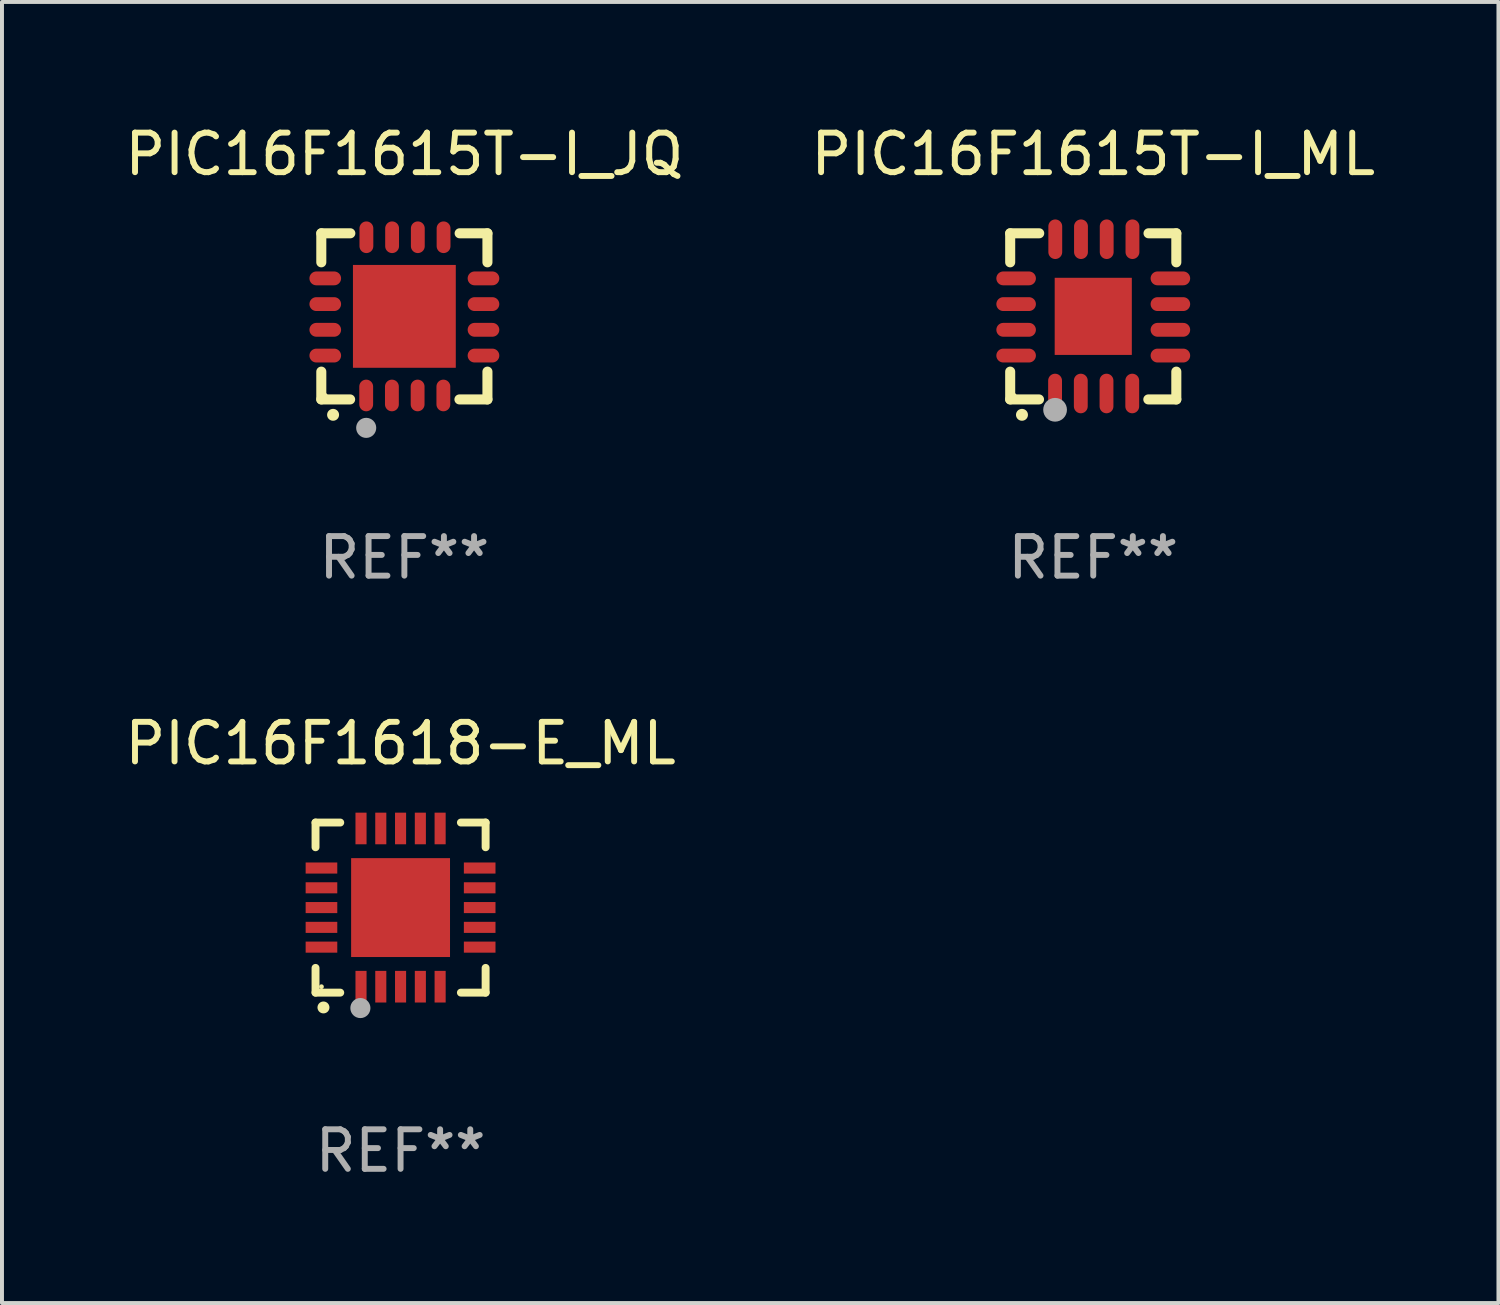
<source format=kicad_pcb>
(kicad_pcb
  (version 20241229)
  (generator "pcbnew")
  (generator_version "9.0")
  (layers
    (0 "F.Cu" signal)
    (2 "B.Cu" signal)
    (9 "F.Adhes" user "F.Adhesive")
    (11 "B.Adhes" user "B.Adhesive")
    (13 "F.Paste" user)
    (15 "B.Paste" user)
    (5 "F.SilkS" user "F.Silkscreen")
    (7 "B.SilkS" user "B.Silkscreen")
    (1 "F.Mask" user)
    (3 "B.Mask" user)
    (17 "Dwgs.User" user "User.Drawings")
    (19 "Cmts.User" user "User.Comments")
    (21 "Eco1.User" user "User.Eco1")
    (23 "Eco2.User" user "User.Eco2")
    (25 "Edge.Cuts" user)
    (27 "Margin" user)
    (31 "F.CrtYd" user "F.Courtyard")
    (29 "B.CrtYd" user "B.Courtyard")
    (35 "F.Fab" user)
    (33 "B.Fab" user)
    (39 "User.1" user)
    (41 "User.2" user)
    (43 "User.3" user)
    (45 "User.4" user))
  (footprint "PIC16F1618-E_ML"
    (layer "F.Cu")
    (at 7.077 19.895)
    (property "Reference" "PIC16F1618-E_ML" (at 0 -4.15 0) (layer "F.SilkS") (effects (font (size 1 1) (thickness 0.15))))
    (attr through_hole)
    (fp_line (start -2.15 -2.15) (end -2.15 -1.525) (stroke (width 0.2) (type solid)) (layer "F.SilkS"))
    (fp_line (start -2.15 2.15) (end -2.15 1.525) (stroke (width 0.2) (type solid)) (layer "F.SilkS"))
    (fp_line (start -1.525 -2.15) (end -2.15 -2.15) (stroke (width 0.2) (type solid)) (layer "F.SilkS"))
    (fp_line (start -1.525 2.15) (end -2.15 2.15) (stroke (width 0.2) (type solid)) (layer "F.SilkS"))
    (fp_line (start 1.525 2.15) (end 2.15 2.15) (stroke (width 0.2) (type solid)) (layer "F.SilkS"))
    (fp_line (start 2.15 -2.15) (end 1.525 -2.15) (stroke (width 0.2) (type solid)) (layer "F.SilkS"))
    (fp_line (start 2.15 -1.525) (end 2.15 -2.15) (stroke (width 0.2) (type solid)) (layer "F.SilkS"))
    (fp_line (start 2.15 2.15) (end 2.15 1.525) (stroke (width 0.2) (type solid)) (layer "F.SilkS"))
    (fp_arc (start -1.950724 2.524765) (mid -1.949454 2.52476) (end -1.948184 2.524765) (stroke (width 0.3) (type solid)) (layer "F.SilkS"))
    (fp_circle (center -2 2) (end -1.97 2) (stroke (width 0.06) (type solid)) (fill no) (layer "F.SilkS"))
    (fp_circle (center -1.016 2.54) (end -0.889 2.54) (stroke (width 0.254) (type solid)) (fill no) (layer "F.Fab"))
    (fp_text user "REF**" (at 0 6.15 0) (layer "F.Fab") (effects (font (size 1 1) (thickness 0.15))))
    (pad "1" smd rect (at -1 2) (size 0.28 0.8) (layers "F.Cu" "F.Mask" "F.Paste"))
    (pad "2" smd rect (at -0.5 2) (size 0.28 0.8) (layers "F.Cu" "F.Mask" "F.Paste"))
    (pad "3" smd rect (at 0 2) (size 0.28 0.8) (layers "F.Cu" "F.Mask" "F.Paste"))
    (pad "4" smd rect (at 0.5 2) (size 0.28 0.8) (layers "F.Cu" "F.Mask" "F.Paste"))
    (pad "5" smd rect (at 1 2) (size 0.28 0.8) (layers "F.Cu" "F.Mask" "F.Paste"))
    (pad "6" smd rect (at 2 1) (size 0.8 0.28) (layers "F.Cu" "F.Mask" "F.Paste"))
    (pad "7" smd rect (at 2 0.5) (size 0.8 0.28) (layers "F.Cu" "F.Mask" "F.Paste"))
    (pad "8" smd rect (at 2 0) (size 0.8 0.28) (layers "F.Cu" "F.Mask" "F.Paste"))
    (pad "9" smd rect (at 2 -0.5) (size 0.8 0.28) (layers "F.Cu" "F.Mask" "F.Paste"))
    (pad "10" smd rect (at 2 -1) (size 0.8 0.28) (layers "F.Cu" "F.Mask" "F.Paste"))
    (pad "11" smd rect (at 1 -2) (size 0.28 0.8) (layers "F.Cu" "F.Mask" "F.Paste"))
    (pad "12" smd rect (at 0.5 -2) (size 0.28 0.8) (layers "F.Cu" "F.Mask" "F.Paste"))
    (pad "13" smd rect (at 0 -2) (size 0.28 0.8) (layers "F.Cu" "F.Mask" "F.Paste"))
    (pad "14" smd rect (at -0.5 -2) (size 0.28 0.8) (layers "F.Cu" "F.Mask" "F.Paste"))
    (pad "15" smd rect (at -1 -2) (size 0.28 0.8) (layers "F.Cu" "F.Mask" "F.Paste"))
    (pad "16" smd rect (at -2 -1) (size 0.8 0.28) (layers "F.Cu" "F.Mask" "F.Paste"))
    (pad "17" smd rect (at -2 -0.5) (size 0.8 0.28) (layers "F.Cu" "F.Mask" "F.Paste"))
    (pad "18" smd rect (at -2 0) (size 0.8 0.28) (layers "F.Cu" "F.Mask" "F.Paste"))
    (pad "19" smd rect (at -2 0.5) (size 0.8 0.28) (layers "F.Cu" "F.Mask" "F.Paste"))
    (pad "20" smd rect (at -2 1) (size 0.8 0.28) (layers "F.Cu" "F.Mask" "F.Paste"))
    (pad "21" smd rect (at 0 0) (size 2.5 2.5) (layers "F.Cu" "F.Mask" "F.Paste")))
  (footprint "PIC16F1615T-I_ML"
    (layer "F.Cu")
    (at 24.589 4.948)
    (property "Reference" "PIC16F1615T-I_ML" (at 0 -4.1 0) (layer "F.SilkS") (effects (font (size 1 1) (thickness 0.15))))
    (attr through_hole)
    (fp_line (start -2.1 -2.1) (end -1.366 -2.1) (stroke (width 0.254) (type solid)) (layer "F.SilkS"))
    (fp_line (start -2.1 -1.366) (end -2.1 -2.1) (stroke (width 0.254) (type solid)) (layer "F.SilkS"))
    (fp_line (start -2.1 2.1) (end -2.1 1.397) (stroke (width 0.254) (type solid)) (layer "F.SilkS"))
    (fp_line (start -2.1 2.1) (end -1.371 2.1) (stroke (width 0.254) (type solid)) (layer "F.SilkS"))
    (fp_line (start 1.392 2.1) (end 2.1 2.1) (stroke (width 0.254) (type solid)) (layer "F.SilkS"))
    (fp_line (start 1.397 -2.1) (end 2.1 -2.1) (stroke (width 0.254) (type solid)) (layer "F.SilkS"))
    (fp_line (start 2.1 -1.366) (end 2.1 -2.1) (stroke (width 0.254) (type solid)) (layer "F.SilkS"))
    (fp_line (start 2.1 2.1) (end 2.1 1.397) (stroke (width 0.254) (type solid)) (layer "F.SilkS"))
    (fp_arc (start -1.803404 2.489205) (mid -1.802134 2.4892) (end -1.800864 2.489205) (stroke (width 0.3) (type solid)) (layer "F.SilkS"))
    (fp_circle (center -2 2) (end -1.97 2) (stroke (width 0.06) (type solid)) (fill no) (layer "F.SilkS"))
    (fp_circle (center -0.965 2.362) (end -0.815 2.362) (stroke (width 0.3) (type solid)) (fill no) (layer "F.Fab"))
    (fp_text user "REF**" (at 0 6.1 0) (layer "F.Fab") (effects (font (size 1 1) (thickness 0.15))))
    (pad "1" smd oval (at -0.965 1.95) (size 0.35 1) (layers "F.Cu" "F.Mask" "F.Paste"))
    (pad "2" smd oval (at -0.315 1.95) (size 0.35 1) (layers "F.Cu" "F.Mask" "F.Paste"))
    (pad "3" smd oval (at 0.335 1.95) (size 0.35 1) (layers "F.Cu" "F.Mask" "F.Paste"))
    (pad "4" smd oval (at 0.986 1.95) (size 0.35 1) (layers "F.Cu" "F.Mask" "F.Paste"))
    (pad "5" smd oval (at 1.95 0.991) (size 1 0.35) (layers "F.Cu" "F.Mask" "F.Paste"))
    (pad "6" smd oval (at 1.95 0.34) (size 1 0.35) (layers "F.Cu" "F.Mask" "F.Paste"))
    (pad "7" smd oval (at 1.95 -0.31) (size 1 0.35) (layers "F.Cu" "F.Mask" "F.Paste"))
    (pad "8" smd oval (at 1.95 -0.96) (size 1 0.35) (layers "F.Cu" "F.Mask" "F.Paste"))
    (pad "9" smd oval (at 0.991 -1.95) (size 0.35 1) (layers "F.Cu" "F.Mask" "F.Paste"))
    (pad "10" smd oval (at 0.34 -1.95) (size 0.35 1) (layers "F.Cu" "F.Mask" "F.Paste"))
    (pad "11" smd oval (at -0.31 -1.95) (size 0.35 1) (layers "F.Cu" "F.Mask" "F.Paste"))
    (pad "12" smd oval (at -0.96 -1.95) (size 0.35 1) (layers "F.Cu" "F.Mask" "F.Paste"))
    (pad "13" smd oval (at -1.95 -0.96) (size 1 0.35) (layers "F.Cu" "F.Mask" "F.Paste"))
    (pad "14" smd oval (at -1.95 -0.31) (size 1 0.35) (layers "F.Cu" "F.Mask" "F.Paste"))
    (pad "15" smd oval (at -1.95 0.34) (size 1 0.35) (layers "F.Cu" "F.Mask" "F.Paste"))
    (pad "16" smd oval (at -1.95 0.991) (size 1 0.35) (layers "F.Cu" "F.Mask" "F.Paste"))
    (pad "17" smd rect (at 0 0) (size 1.95 1.95) (layers "F.Cu" "F.Mask" "F.Paste")))
  (footprint "PIC16F1615T-I_JQ"
    (layer "F.Cu")
    (at 7.173 4.948)
    (property "Reference" "PIC16F1615T-I_JQ" (at 0 -4.1 0) (layer "F.SilkS") (effects (font (size 1 1) (thickness 0.15))))
    (attr through_hole)
    (fp_line (start -2.1 -2.1) (end -1.366 -2.1) (stroke (width 0.254) (type solid)) (layer "F.SilkS"))
    (fp_line (start -2.1 -1.366) (end -2.1 -2.1) (stroke (width 0.254) (type solid)) (layer "F.SilkS"))
    (fp_line (start -2.1 2.1) (end -2.1 1.397) (stroke (width 0.254) (type solid)) (layer "F.SilkS"))
    (fp_line (start -2.1 2.1) (end -1.371 2.1) (stroke (width 0.254) (type solid)) (layer "F.SilkS"))
    (fp_line (start 1.392 2.1) (end 2.1 2.1) (stroke (width 0.254) (type solid)) (layer "F.SilkS"))
    (fp_line (start 1.397 -2.1) (end 2.1 -2.1) (stroke (width 0.254) (type solid)) (layer "F.SilkS"))
    (fp_line (start 2.1 -1.366) (end 2.1 -2.1) (stroke (width 0.254) (type solid)) (layer "F.SilkS"))
    (fp_line (start 2.1 2.1) (end 2.1 1.397) (stroke (width 0.254) (type solid)) (layer "F.SilkS"))
    (fp_arc (start -1.803404 2.489205) (mid -1.802134 2.4892) (end -1.800864 2.489205) (stroke (width 0.3) (type solid)) (layer "F.SilkS"))
    (fp_circle (center -2 2) (end -1.97 2) (stroke (width 0.06) (type solid)) (fill no) (layer "F.SilkS"))
    (fp_circle (center -0.965 2.819) (end -0.838 2.819) (stroke (width 0.254) (type solid)) (fill no) (layer "F.Fab"))
    (fp_text user "REF**" (at 0 6.1 0) (layer "F.Fab") (effects (font (size 1 1) (thickness 0.15))))
    (pad "1" smd oval (at -0.965 2) (size 0.35 0.8) (layers "F.Cu" "F.Mask" "F.Paste"))
    (pad "2" smd oval (at -0.315 2) (size 0.35 0.8) (layers "F.Cu" "F.Mask" "F.Paste"))
    (pad "3" smd oval (at 0.335 2) (size 0.35 0.8) (layers "F.Cu" "F.Mask" "F.Paste"))
    (pad "4" smd oval (at 0.986 2) (size 0.35 0.8) (layers "F.Cu" "F.Mask" "F.Paste"))
    (pad "5" smd oval (at 2 0.991 90) (size 0.35 0.8) (layers "F.Cu" "F.Mask" "F.Paste"))
    (pad "6" smd oval (at 2 0.34 90) (size 0.35 0.8) (layers "F.Cu" "F.Mask" "F.Paste"))
    (pad "7" smd oval (at 2 -0.31 90) (size 0.35 0.8) (layers "F.Cu" "F.Mask" "F.Paste"))
    (pad "8" smd oval (at 2 -0.96 90) (size 0.35 0.8) (layers "F.Cu" "F.Mask" "F.Paste"))
    (pad "9" smd oval (at 0.991 -2) (size 0.35 0.8) (layers "F.Cu" "F.Mask" "F.Paste"))
    (pad "10" smd oval (at 0.34 -2) (size 0.35 0.8) (layers "F.Cu" "F.Mask" "F.Paste"))
    (pad "11" smd oval (at -0.31 -2) (size 0.35 0.8) (layers "F.Cu" "F.Mask" "F.Paste"))
    (pad "12" smd oval (at -0.96 -2) (size 0.35 0.8) (layers "F.Cu" "F.Mask" "F.Paste"))
    (pad "13" smd oval (at -2 -0.96 90) (size 0.35 0.8) (layers "F.Cu" "F.Mask" "F.Paste"))
    (pad "14" smd oval (at -2 -0.31 90) (size 0.35 0.8) (layers "F.Cu" "F.Mask" "F.Paste"))
    (pad "15" smd oval (at -2 0.34 90) (size 0.35 0.8) (layers "F.Cu" "F.Mask" "F.Paste"))
    (pad "16" smd oval (at -2 0.991 90) (size 0.35 0.8) (layers "F.Cu" "F.Mask" "F.Paste"))
    (pad "17" smd rect (at 0 0 90) (size 2.6 2.6) (layers "F.Cu" "F.Mask" "F.Paste")))
  (gr_rect
    (start -3 -3)
    (end 34.833 29.893)
    (stroke (width 0.1) (type default))
    (fill no)
    (layer "Edge.Cuts")))
</source>
